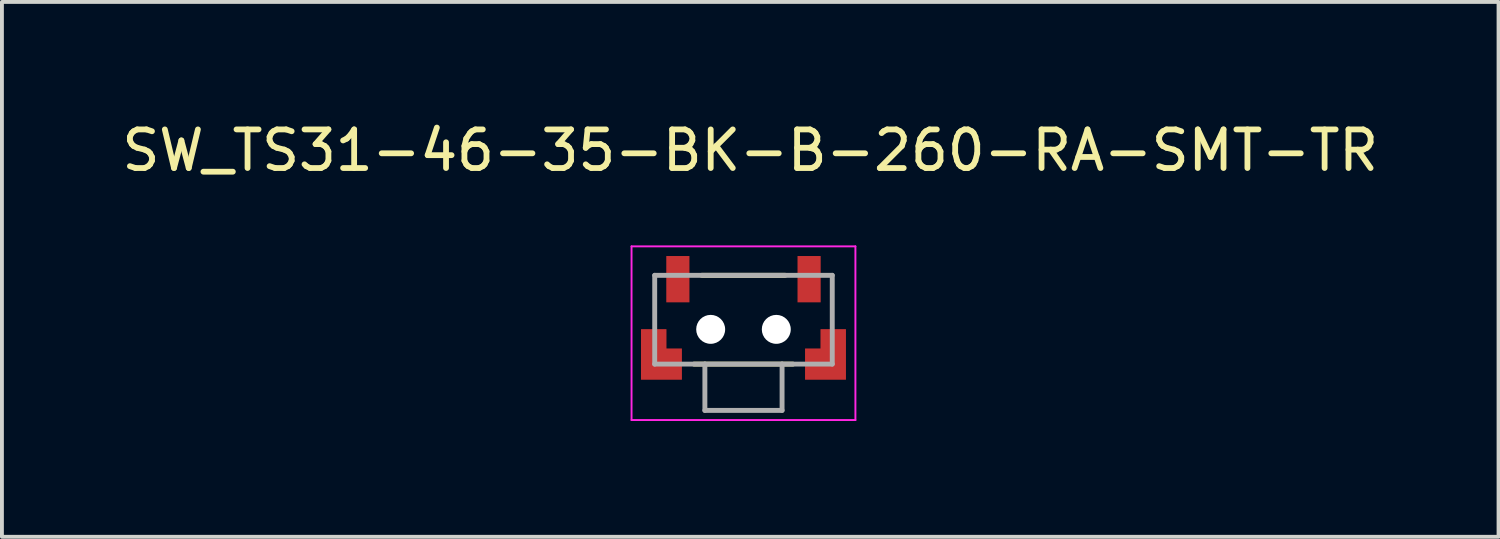
<source format=kicad_pcb>
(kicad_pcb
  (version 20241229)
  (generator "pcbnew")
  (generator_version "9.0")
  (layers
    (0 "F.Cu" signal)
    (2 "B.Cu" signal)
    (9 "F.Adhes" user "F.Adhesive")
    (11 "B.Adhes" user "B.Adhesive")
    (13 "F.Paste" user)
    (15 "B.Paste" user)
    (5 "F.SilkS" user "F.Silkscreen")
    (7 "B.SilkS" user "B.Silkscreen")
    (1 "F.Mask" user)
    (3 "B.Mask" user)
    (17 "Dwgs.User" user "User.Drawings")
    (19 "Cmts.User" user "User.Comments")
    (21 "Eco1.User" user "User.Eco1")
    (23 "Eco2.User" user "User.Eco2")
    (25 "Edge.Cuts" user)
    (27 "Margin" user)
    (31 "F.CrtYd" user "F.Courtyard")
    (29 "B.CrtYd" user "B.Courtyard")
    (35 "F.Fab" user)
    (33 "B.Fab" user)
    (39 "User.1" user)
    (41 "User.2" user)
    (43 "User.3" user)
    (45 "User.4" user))
  (footprint "SW_TS31-46-35-BK-B-260-RA-SMT-TR"
    (layer "F.Cu")
    (at 16.212 5.483)
    (property "Reference" "SW_TS31-46-35-BK-B-260-RA-SMT-TR" (at 0.175 -4.635 0) (layer "F.SilkS") (effects (font (size 1 1) (thickness 0.15))))
    (attr smd)
    (fp_poly (pts (xy -2.75 -0.1) (xy -2.75 1.4) (xy -1.5 1.4) (xy -1.5 0.4) (xy -1.9 0.4) (xy -1.9 -0.1)) (stroke (width 0.01) (type solid)) (fill yes) (layer "F.Mask"))
    (fp_poly (pts (xy 2.75 -0.1) (xy 2.75 1.4) (xy 1.5 1.4) (xy 1.5 0.4) (xy 1.9 0.4) (xy 1.9 -0.1)) (stroke (width 0.01) (type solid)) (fill yes) (layer "F.Mask"))
    (fp_line (start -1.08 -1.4) (end 1.08 -1.4) (stroke (width 0.127) (type solid)) (layer "F.SilkS"))
    (fp_line (start 1.28 0.9) (end -1.28 0.9) (stroke (width 0.127) (type solid)) (layer "F.SilkS"))
    (fp_poly (pts (xy -2.65 0) (xy -2.65 1.3) (xy -1.6 1.3) (xy -1.6 0.5) (xy -2 0.5) (xy -2 0)) (stroke (width 0.01) (type solid)) (fill yes) (layer "F.Paste"))
    (fp_poly (pts (xy 2.65 0) (xy 2.65 1.3) (xy 1.6 1.3) (xy 1.6 0.5) (xy 2 0.5) (xy 2 0)) (stroke (width 0.01) (type solid)) (fill yes) (layer "F.Paste"))
    (fp_line (start -2.9 -2.15) (end 2.9 -2.15) (stroke (width 0.05) (type solid)) (layer "F.CrtYd"))
    (fp_line (start -2.9 2.35) (end -2.9 -2.15) (stroke (width 0.05) (type solid)) (layer "F.CrtYd"))
    (fp_line (start 2.9 -2.15) (end 2.9 2.35) (stroke (width 0.05) (type solid)) (layer "F.CrtYd"))
    (fp_line (start 2.9 2.35) (end -2.9 2.35) (stroke (width 0.05) (type solid)) (layer "F.CrtYd"))
    (fp_line (start -2.3 -1.4) (end 2.3 -1.4) (stroke (width 0.127) (type solid)) (layer "F.Fab"))
    (fp_line (start -2.3 0.9) (end -2.3 -1.4) (stroke (width 0.127) (type solid)) (layer "F.Fab"))
    (fp_line (start -1 0.9) (end -2.3 0.9) (stroke (width 0.127) (type solid)) (layer "F.Fab"))
    (fp_line (start -1 2.1) (end -1 0.9) (stroke (width 0.127) (type solid)) (layer "F.Fab"))
    (fp_line (start 1 0.9) (end -1 0.9) (stroke (width 0.127) (type solid)) (layer "F.Fab"))
    (fp_line (start 1 0.9) (end 1 2.1) (stroke (width 0.127) (type solid)) (layer "F.Fab"))
    (fp_line (start 1 2.1) (end -1 2.1) (stroke (width 0.127) (type solid)) (layer "F.Fab"))
    (fp_line (start 2.3 -1.4) (end 2.3 0.9) (stroke (width 0.127) (type solid)) (layer "F.Fab"))
    (fp_line (start 2.3 0.9) (end 1 0.9) (stroke (width 0.127) (type solid)) (layer "F.Fab"))
    (pad "" np_thru_hole circle (at -0.85 0) (size 0.75 0.75) (drill 0.75) (layers "*.Cu" "*.Mask"))
    (pad "" np_thru_hole circle (at 0.85 0) (size 0.75 0.75) (drill 0.75) (layers "*.Cu" "*.Mask"))
    (pad "1" smd rect (at -1.7 -1.3) (size 0.6 1.2) (layers "F.Cu" "F.Mask" "F.Paste"))
    (pad "2" smd rect (at 1.7 -1.3) (size 0.6 1.2) (layers "F.Cu" "F.Mask" "F.Paste"))
    (pad "G1" smd custom (at -2.125 0.9) (size 0.5 0.5) (layers "F.Cu") (options (anchor rect)) (primitives (gr_poly (pts (xy -0.525 -0.9) (xy -0.525 0.4) (xy 0.525 0.4) (xy 0.525 -0.4) (xy 0.125 -0.4) (xy 0.125 -0.9)) (width 0.01) (fill yes))))
    (pad "G2" smd custom (at 2.125 0.9) (size 0.5 0.5) (layers "F.Cu") (options (anchor rect)) (primitives (gr_poly (pts (xy 0.525 -0.9) (xy 0.525 0.4) (xy -0.525 0.4) (xy -0.525 -0.4) (xy -0.125 -0.4) (xy -0.125 -0.9)) (width 0.01) (fill yes)))))
  (gr_rect
    (start -3 -3)
    (end 35.774 10.858)
    (stroke (width 0.1) (type default))
    (fill no)
    (layer "Edge.Cuts")))
</source>
